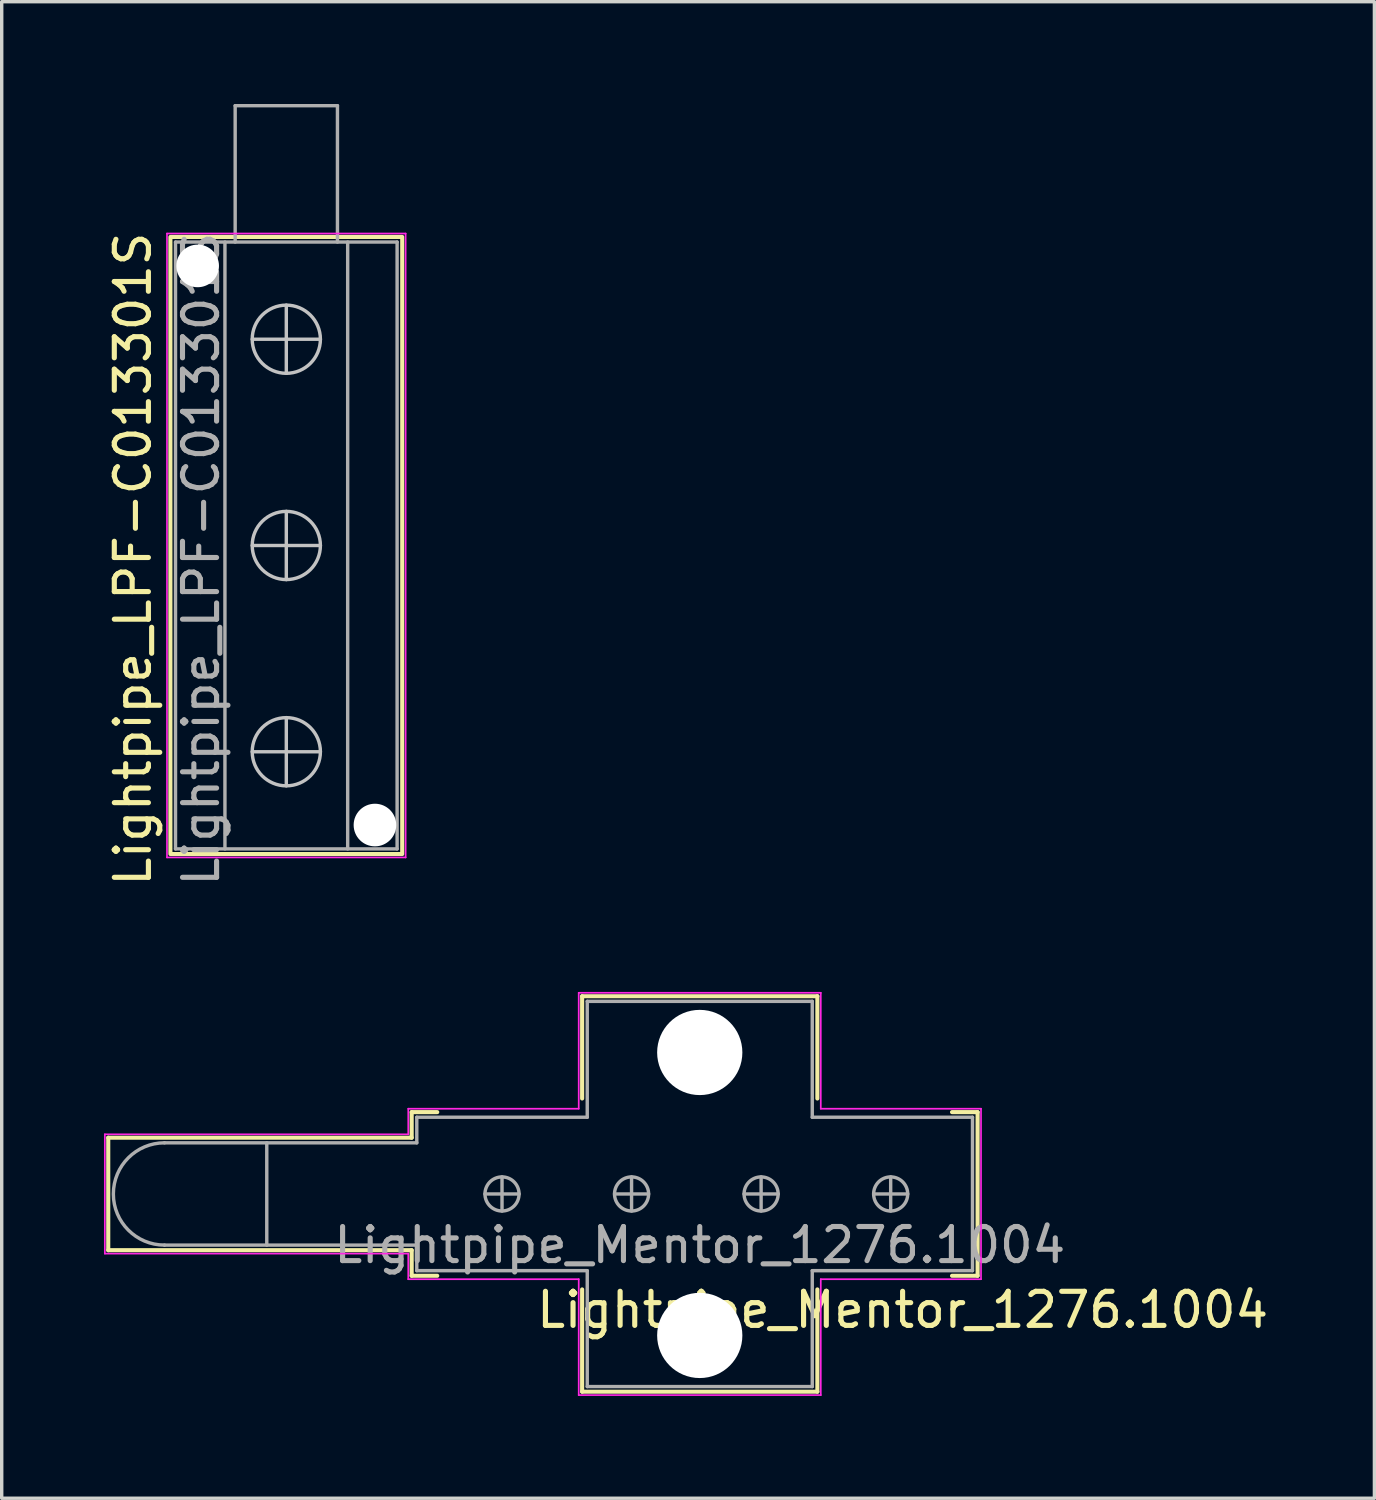
<source format=kicad_pcb>
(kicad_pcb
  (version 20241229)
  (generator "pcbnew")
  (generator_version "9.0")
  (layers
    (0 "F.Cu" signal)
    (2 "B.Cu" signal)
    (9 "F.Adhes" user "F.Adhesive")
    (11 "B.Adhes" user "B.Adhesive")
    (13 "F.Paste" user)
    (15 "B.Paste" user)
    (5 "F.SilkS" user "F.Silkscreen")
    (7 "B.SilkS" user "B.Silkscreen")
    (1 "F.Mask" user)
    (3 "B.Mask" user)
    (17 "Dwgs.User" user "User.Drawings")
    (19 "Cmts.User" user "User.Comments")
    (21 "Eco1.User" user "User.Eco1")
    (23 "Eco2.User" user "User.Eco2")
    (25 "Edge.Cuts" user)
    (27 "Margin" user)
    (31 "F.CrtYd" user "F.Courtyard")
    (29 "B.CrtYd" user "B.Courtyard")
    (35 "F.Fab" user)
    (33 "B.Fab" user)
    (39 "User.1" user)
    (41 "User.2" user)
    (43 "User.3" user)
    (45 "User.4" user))
  (footprint "Lightpipe_Mentor_1276.1004"
    (layer "F.Cu")
    (at 17.475 31.971)
    (property "Reference" "Lightpipe_Mentor_1276.1004" (at 5.95 3.4 0) (layer "F.SilkS") (effects (font (size 1 1) (thickness 0.15))))
    (attr through_hole)
    (fp_line (start -17.35 -1.65) (end -17.35 1.65) (stroke (width 0.12) (type solid)) (layer "F.SilkS"))
    (fp_line (start -17.35 1.65) (end -8.45 1.65) (stroke (width 0.12) (type solid)) (layer "F.SilkS"))
    (fp_line (start -8.45 -2.4) (end -8.45 -1.65) (stroke (width 0.12) (type solid)) (layer "F.SilkS"))
    (fp_line (start -8.45 -2.4) (end -7.7 -2.4) (stroke (width 0.12) (type solid)) (layer "F.SilkS"))
    (fp_line (start -8.45 -1.65) (end -17.35 -1.65) (stroke (width 0.12) (type solid)) (layer "F.SilkS"))
    (fp_line (start -8.45 1.65) (end -8.45 2.4) (stroke (width 0.12) (type solid)) (layer "F.SilkS"))
    (fp_line (start -7.7 2.4) (end -8.45 2.4) (stroke (width 0.12) (type solid)) (layer "F.SilkS"))
    (fp_line (start -3.45 -5.8) (end 3.45 -5.8) (stroke (width 0.12) (type solid)) (layer "F.SilkS"))
    (fp_line (start -3.45 -2.8) (end -3.45 -5.8) (stroke (width 0.12) (type solid)) (layer "F.SilkS"))
    (fp_line (start -3.45 5.8) (end -3.45 2.8) (stroke (width 0.12) (type solid)) (layer "F.SilkS"))
    (fp_line (start 3.45 -5.8) (end 3.45 -2.8) (stroke (width 0.12) (type solid)) (layer "F.SilkS"))
    (fp_line (start 3.45 2.8) (end 3.45 5.8) (stroke (width 0.12) (type solid)) (layer "F.SilkS"))
    (fp_line (start 3.45 5.8) (end -3.45 5.8) (stroke (width 0.12) (type solid)) (layer "F.SilkS"))
    (fp_line (start 7.4 -2.4) (end 8.15 -2.4) (stroke (width 0.12) (type solid)) (layer "F.SilkS"))
    (fp_line (start 8.15 -2.4) (end 8.15 2.4) (stroke (width 0.12) (type solid)) (layer "F.SilkS"))
    (fp_line (start 8.15 2.4) (end 7.4 2.4) (stroke (width 0.12) (type solid)) (layer "F.SilkS"))
    (fp_line (start -17.45 -1.75) (end -8.55 -1.75) (stroke (width 0.05) (type solid)) (layer "F.CrtYd"))
    (fp_line (start -17.45 1.75) (end -17.45 -1.75) (stroke (width 0.05) (type solid)) (layer "F.CrtYd"))
    (fp_line (start -8.55 -1.75) (end -8.55 -2.5) (stroke (width 0.05) (type solid)) (layer "F.CrtYd"))
    (fp_line (start -8.55 1.75) (end -17.45 1.75) (stroke (width 0.05) (type solid)) (layer "F.CrtYd"))
    (fp_line (start -8.55 2.5) (end -8.55 1.75) (stroke (width 0.05) (type solid)) (layer "F.CrtYd"))
    (fp_line (start -8.55 2.5) (end -3.55 2.5) (stroke (width 0.05) (type solid)) (layer "F.CrtYd"))
    (fp_line (start -3.55 -5.9) (end -3.55 -2.5) (stroke (width 0.05) (type solid)) (layer "F.CrtYd"))
    (fp_line (start -3.55 -2.5) (end -8.55 -2.5) (stroke (width 0.05) (type solid)) (layer "F.CrtYd"))
    (fp_line (start -3.55 2.5) (end -3.55 5.9) (stroke (width 0.05) (type solid)) (layer "F.CrtYd"))
    (fp_line (start -3.55 5.9) (end 3.55 5.9) (stroke (width 0.05) (type solid)) (layer "F.CrtYd"))
    (fp_line (start 3.55 -5.9) (end -3.55 -5.9) (stroke (width 0.05) (type solid)) (layer "F.CrtYd"))
    (fp_line (start 3.55 -2.5) (end 3.55 -5.9) (stroke (width 0.05) (type solid)) (layer "F.CrtYd"))
    (fp_line (start 3.55 2.5) (end 8.25 2.5) (stroke (width 0.05) (type solid)) (layer "F.CrtYd"))
    (fp_line (start 3.55 5.9) (end 3.55 2.5) (stroke (width 0.05) (type solid)) (layer "F.CrtYd"))
    (fp_line (start 8.25 -2.5) (end 3.55 -2.5) (stroke (width 0.05) (type solid)) (layer "F.CrtYd"))
    (fp_line (start 8.25 2.5) (end 8.25 -2.5) (stroke (width 0.05) (type solid)) (layer "F.CrtYd"))
    (fp_line (start -15.7 -1.5) (end -8.3 -1.5) (stroke (width 0.1) (type solid)) (layer "F.Fab"))
    (fp_line (start -15.7 1.5) (end -8.3 1.5) (stroke (width 0.1) (type solid)) (layer "F.Fab"))
    (fp_line (start -12.7 1.5) (end -12.7 -1.5) (stroke (width 0.1) (type solid)) (layer "F.Fab"))
    (fp_line (start -8.3 -2.25) (end -3.3 -2.25) (stroke (width 0.1) (type solid)) (layer "F.Fab"))
    (fp_line (start -8.3 -1.5) (end -8.3 -2.25) (stroke (width 0.1) (type solid)) (layer "F.Fab"))
    (fp_line (start -8.3 1.5) (end -8.3 2.25) (stroke (width 0.1) (type solid)) (layer "F.Fab"))
    (fp_line (start -8.3 2.25) (end -3.3 2.25) (stroke (width 0.1) (type solid)) (layer "F.Fab"))
    (fp_line (start -6.3 0) (end -5.3 0) (stroke (width 0.1) (type solid)) (layer "F.Fab"))
    (fp_line (start -5.8 -0.5) (end -5.8 0.5) (stroke (width 0.1) (type solid)) (layer "F.Fab"))
    (fp_line (start -3.3 -5.65) (end 3.3 -5.65) (stroke (width 0.1) (type solid)) (layer "F.Fab"))
    (fp_line (start -3.3 -2.25) (end -3.3 -5.65) (stroke (width 0.1) (type solid)) (layer "F.Fab"))
    (fp_line (start -3.3 5.65) (end -3.3 2.25) (stroke (width 0.1) (type solid)) (layer "F.Fab"))
    (fp_line (start -2.5 0) (end -1.5 0) (stroke (width 0.1) (type solid)) (layer "F.Fab"))
    (fp_line (start -2 -0.5) (end -2 0.5) (stroke (width 0.1) (type solid)) (layer "F.Fab"))
    (fp_line (start 1.3 0) (end 2.3 0) (stroke (width 0.1) (type solid)) (layer "F.Fab"))
    (fp_line (start 1.8 -0.5) (end 1.8 0.5) (stroke (width 0.1) (type solid)) (layer "F.Fab"))
    (fp_line (start 3.3 -5.65) (end 3.3 -2.25) (stroke (width 0.1) (type solid)) (layer "F.Fab"))
    (fp_line (start 3.3 -2.25) (end 8 -2.25) (stroke (width 0.1) (type solid)) (layer "F.Fab"))
    (fp_line (start 3.3 2.25) (end 3.3 5.65) (stroke (width 0.1) (type solid)) (layer "F.Fab"))
    (fp_line (start 3.3 5.65) (end -3.3 5.65) (stroke (width 0.1) (type solid)) (layer "F.Fab"))
    (fp_line (start 5.1 0) (end 6.1 0) (stroke (width 0.1) (type solid)) (layer "F.Fab"))
    (fp_line (start 5.6 -0.5) (end 5.6 0.5) (stroke (width 0.1) (type solid)) (layer "F.Fab"))
    (fp_line (start 8 -2.25) (end 8 2.25) (stroke (width 0.1) (type solid)) (layer "F.Fab"))
    (fp_line (start 8 2.25) (end 3.3 2.25) (stroke (width 0.1) (type solid)) (layer "F.Fab"))
    (fp_arc (start -15.7 1.5) (mid -17.2 0) (end -15.7 -1.5) (stroke (width 0.1) (type solid)) (layer "F.Fab"))
    (fp_circle (center -5.8 0) (end -5.8 0.5) (stroke (width 0.1) (type solid)) (fill no) (layer "F.Fab"))
    (fp_circle (center -2 0) (end -2 0.5) (stroke (width 0.1) (type solid)) (fill no) (layer "F.Fab"))
    (fp_circle (center 1.8 0) (end 1.8 0.5) (stroke (width 0.1) (type solid)) (fill no) (layer "F.Fab"))
    (fp_circle (center 5.6 0) (end 5.6 0.5) (stroke (width 0.1) (type solid)) (fill no) (layer "F.Fab"))
    (fp_text user "${REFERENCE}" (at 0 1.5 0) (layer "F.Fab") (effects (font (size 1 1) (thickness 0.15))))
    (pad "" np_thru_hole circle (at 0 -4.15) (size 2.5 2.5) (drill 2.5) (layers "*.Cu" "*.Mask"))
    (pad "" np_thru_hole circle (at 0 4.15) (size 2.5 2.5) (drill 2.5) (layers "*.Cu" "*.Mask")))
  (footprint "Lightpipe_LPF-C013301S"
    (layer "F.Cu")
    (at 5.348 4.05)
    (property "Reference" "Lightpipe_LPF-C013301S" (at -4.5 9.3 270) (layer "F.SilkS") (effects (font (size 1 1) (thickness 0.15))))
    (attr exclude_from_pos_files)
    (fp_rect (start -3.4 -0.15) (end 3.4 17.95) (stroke (width 0.12) (type solid)) (fill no) (layer "F.SilkS"))
    (fp_line (start 0 3.85) (end 0 1.85) (stroke (width 0.1) (type solid)) (layer "Dwgs.User"))
    (fp_line (start 0 9.9) (end 0 7.9) (stroke (width 0.1) (type solid)) (layer "Dwgs.User"))
    (fp_line (start 0 15.95) (end 0 13.95) (stroke (width 0.1) (type solid)) (layer "Dwgs.User"))
    (fp_line (start 1 2.85) (end -1 2.85) (stroke (width 0.1) (type solid)) (layer "Dwgs.User"))
    (fp_line (start 1 8.9) (end -1 8.9) (stroke (width 0.1) (type solid)) (layer "Dwgs.User"))
    (fp_line (start 1 14.95) (end -1 14.95) (stroke (width 0.1) (type solid)) (layer "Dwgs.User"))
    (fp_circle (center 0 2.85) (end 1 2.85) (stroke (width 0.1) (type solid)) (fill no) (layer "Dwgs.User"))
    (fp_circle (center 0 8.9) (end 1 8.9) (stroke (width 0.1) (type solid)) (fill no) (layer "Dwgs.User"))
    (fp_circle (center 0 14.95) (end 1 14.95) (stroke (width 0.1) (type solid)) (fill no) (layer "Dwgs.User"))
    (fp_line (start -3.5 -0.25) (end 3.5 -0.25) (stroke (width 0.05) (type solid)) (layer "F.CrtYd"))
    (fp_line (start -3.5 18.05) (end -3.5 -0.25) (stroke (width 0.05) (type solid)) (layer "F.CrtYd"))
    (fp_line (start 3.5 -0.25) (end 3.5 18.05) (stroke (width 0.05) (type solid)) (layer "F.CrtYd"))
    (fp_line (start 3.5 18.05) (end -3.5 18.05) (stroke (width 0.05) (type solid)) (layer "F.CrtYd"))
    (fp_line (start -3.25 17.8) (end -3.25 0) (stroke (width 0.1) (type solid)) (layer "F.Fab"))
    (fp_line (start -1.8 17.8) (end -1.8 0) (stroke (width 0.1) (type solid)) (layer "F.Fab"))
    (fp_line (start -1.5 -4) (end -1.5 0) (stroke (width 0.1) (type solid)) (layer "F.Fab"))
    (fp_line (start 1.5 -4) (end -1.5 -4) (stroke (width 0.1) (type solid)) (layer "F.Fab"))
    (fp_line (start 1.5 0) (end 1.5 -4) (stroke (width 0.1) (type solid)) (layer "F.Fab"))
    (fp_line (start 1.8 17.8) (end 1.8 0) (stroke (width 0.1) (type solid)) (layer "F.Fab"))
    (fp_line (start 3.25 0) (end -3.25 0) (stroke (width 0.1) (type solid)) (layer "F.Fab"))
    (fp_line (start 3.25 17.8) (end -3.25 17.8) (stroke (width 0.1) (type solid)) (layer "F.Fab"))
    (fp_line (start 3.25 17.8) (end 3.25 0) (stroke (width 0.1) (type solid)) (layer "F.Fab"))
    (fp_text user "${REFERENCE}" (at -2.5 9.3 90) (layer "F.Fab") (effects (font (size 1 1) (thickness 0.15))))
    (pad "" np_thru_hole circle (at -2.6 0.7 180) (size 1.25 1.25) (drill 1.25) (layers "*.Cu" "*.Mask"))
    (pad "" np_thru_hole circle (at 2.6 17.1 180) (size 1.25 1.25) (drill 1.25) (layers "*.Cu" "*.Mask")))
  (gr_rect
    (start -3 -3)
    (end 37.264 40.896)
    (stroke (width 0.1) (type default))
    (fill no)
    (layer "Edge.Cuts")))
</source>
